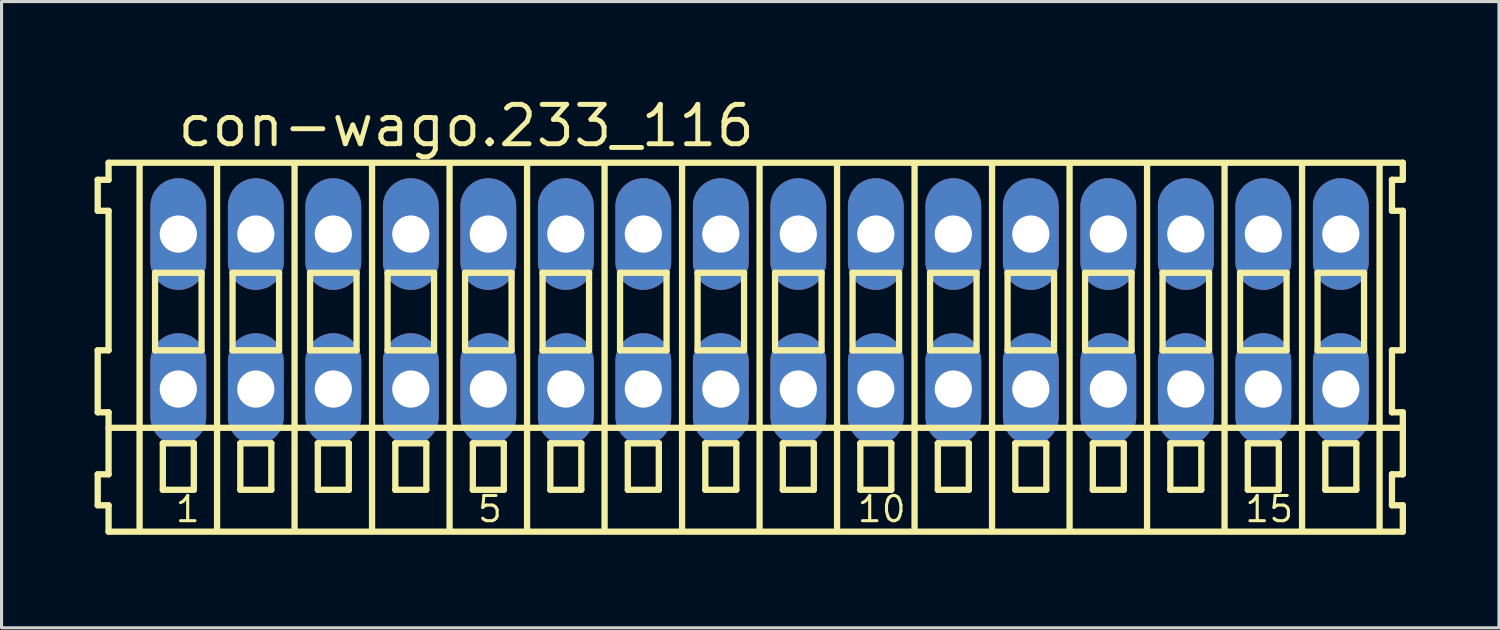
<source format=kicad_pcb>
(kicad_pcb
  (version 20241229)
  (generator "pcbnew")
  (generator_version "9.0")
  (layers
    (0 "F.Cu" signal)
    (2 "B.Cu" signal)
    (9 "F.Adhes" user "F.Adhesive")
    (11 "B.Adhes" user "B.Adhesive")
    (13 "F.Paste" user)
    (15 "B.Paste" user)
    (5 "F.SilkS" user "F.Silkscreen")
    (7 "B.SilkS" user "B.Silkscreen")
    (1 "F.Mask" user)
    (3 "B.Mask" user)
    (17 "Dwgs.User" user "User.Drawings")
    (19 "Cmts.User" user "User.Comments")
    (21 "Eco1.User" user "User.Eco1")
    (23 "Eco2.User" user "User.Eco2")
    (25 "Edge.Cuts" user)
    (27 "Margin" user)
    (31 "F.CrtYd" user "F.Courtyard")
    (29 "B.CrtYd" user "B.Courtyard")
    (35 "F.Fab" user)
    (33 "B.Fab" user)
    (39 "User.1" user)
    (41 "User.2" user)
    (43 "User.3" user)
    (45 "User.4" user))
  (footprint "con-wago.233_116"
    (layer "F.Cu")
    (at 21.452 7)
    (property "Reference" "con-wago.233_116" (at -18.85 -5.25 0) (layer "F.SilkS") (effects (font (size 1.27 1.27) (thickness 0.16)) (justify left bottom)))
    (attr through_hole)
    (fp_line (start -21.35 -4.25) (end -21.35 -3.25) (stroke (width 0.203) (type default)) (layer "F.SilkS"))
    (fp_line (start -21.35 -3.25) (end -21 -3.25) (stroke (width 0.203) (type default)) (layer "F.SilkS"))
    (fp_line (start -21.35 1.25) (end -21.35 3.25) (stroke (width 0.203) (type default)) (layer "F.SilkS"))
    (fp_line (start -21.35 3.25) (end -21 3.25) (stroke (width 0.203) (type default)) (layer "F.SilkS"))
    (fp_line (start -21.35 5.25) (end -21.35 6.25) (stroke (width 0.203) (type default)) (layer "F.SilkS"))
    (fp_line (start -21.35 6.25) (end -21 6.25) (stroke (width 0.203) (type default)) (layer "F.SilkS"))
    (fp_line (start -21 -4.8) (end -21 -4.25) (stroke (width 0.203) (type default)) (layer "F.SilkS"))
    (fp_line (start -21 -4.25) (end -21.35 -4.25) (stroke (width 0.203) (type default)) (layer "F.SilkS"))
    (fp_line (start -21 -3.25) (end -21 1.25) (stroke (width 0.203) (type default)) (layer "F.SilkS"))
    (fp_line (start -21 1.25) (end -21.35 1.25) (stroke (width 0.203) (type default)) (layer "F.SilkS"))
    (fp_line (start -21 3.25) (end -21 5.25) (stroke (width 0.203) (type default)) (layer "F.SilkS"))
    (fp_line (start -21 3.75) (end 20.75 3.75) (stroke (width 0.203) (type default)) (layer "F.SilkS"))
    (fp_line (start -21 5.25) (end -21.35 5.25) (stroke (width 0.203) (type default)) (layer "F.SilkS"))
    (fp_line (start -21 6.25) (end -21 7.1) (stroke (width 0.203) (type default)) (layer "F.SilkS"))
    (fp_line (start -21 7.1) (end 20.75 7.1) (stroke (width 0.203) (type default)) (layer "F.SilkS"))
    (fp_line (start -20 -4.75) (end -20 7) (stroke (width 0.203) (type default)) (layer "F.SilkS"))
    (fp_line (start -19.5 -1.25) (end -19.5 1.25) (stroke (width 0.203) (type default)) (layer "F.SilkS"))
    (fp_line (start -19.5 1.25) (end -18 1.25) (stroke (width 0.203) (type default)) (layer "F.SilkS"))
    (fp_line (start -19.25 4.25) (end -19.25 5.75) (stroke (width 0.203) (type default)) (layer "F.SilkS"))
    (fp_line (start -19.25 5.75) (end -18.25 5.75) (stroke (width 0.203) (type default)) (layer "F.SilkS"))
    (fp_line (start -18.25 4.25) (end -19.25 4.25) (stroke (width 0.203) (type default)) (layer "F.SilkS"))
    (fp_line (start -18.25 5.75) (end -18.25 4.25) (stroke (width 0.203) (type default)) (layer "F.SilkS"))
    (fp_line (start -18 -1.25) (end -19.5 -1.25) (stroke (width 0.203) (type default)) (layer "F.SilkS"))
    (fp_line (start -18 1.25) (end -18 -1.25) (stroke (width 0.203) (type default)) (layer "F.SilkS"))
    (fp_line (start -17.5 -4.75) (end -17.5 7) (stroke (width 0.203) (type default)) (layer "F.SilkS"))
    (fp_line (start -17 -1.25) (end -17 1.25) (stroke (width 0.203) (type default)) (layer "F.SilkS"))
    (fp_line (start -17 1.25) (end -15.5 1.25) (stroke (width 0.203) (type default)) (layer "F.SilkS"))
    (fp_line (start -16.75 4.25) (end -16.75 5.75) (stroke (width 0.203) (type default)) (layer "F.SilkS"))
    (fp_line (start -16.75 5.75) (end -15.75 5.75) (stroke (width 0.203) (type default)) (layer "F.SilkS"))
    (fp_line (start -15.75 4.25) (end -16.75 4.25) (stroke (width 0.203) (type default)) (layer "F.SilkS"))
    (fp_line (start -15.75 5.75) (end -15.75 4.25) (stroke (width 0.203) (type default)) (layer "F.SilkS"))
    (fp_line (start -15.5 -1.25) (end -17 -1.25) (stroke (width 0.203) (type default)) (layer "F.SilkS"))
    (fp_line (start -15.5 1.25) (end -15.5 -1.25) (stroke (width 0.203) (type default)) (layer "F.SilkS"))
    (fp_line (start -15 -4.75) (end -15 7) (stroke (width 0.203) (type default)) (layer "F.SilkS"))
    (fp_line (start -14.5 -1.25) (end -14.5 1.25) (stroke (width 0.203) (type default)) (layer "F.SilkS"))
    (fp_line (start -14.5 1.25) (end -13 1.25) (stroke (width 0.203) (type default)) (layer "F.SilkS"))
    (fp_line (start -14.25 4.25) (end -14.25 5.75) (stroke (width 0.203) (type default)) (layer "F.SilkS"))
    (fp_line (start -14.25 5.75) (end -13.25 5.75) (stroke (width 0.203) (type default)) (layer "F.SilkS"))
    (fp_line (start -13.25 4.25) (end -14.25 4.25) (stroke (width 0.203) (type default)) (layer "F.SilkS"))
    (fp_line (start -13.25 5.75) (end -13.25 4.25) (stroke (width 0.203) (type default)) (layer "F.SilkS"))
    (fp_line (start -13 -1.25) (end -14.5 -1.25) (stroke (width 0.203) (type default)) (layer "F.SilkS"))
    (fp_line (start -13 1.25) (end -13 -1.25) (stroke (width 0.203) (type default)) (layer "F.SilkS"))
    (fp_line (start -12.5 -4.75) (end -12.5 7) (stroke (width 0.203) (type default)) (layer "F.SilkS"))
    (fp_line (start -12 -1.25) (end -12 1.25) (stroke (width 0.203) (type default)) (layer "F.SilkS"))
    (fp_line (start -12 1.25) (end -10.5 1.25) (stroke (width 0.203) (type default)) (layer "F.SilkS"))
    (fp_line (start -11.75 4.25) (end -11.75 5.75) (stroke (width 0.203) (type default)) (layer "F.SilkS"))
    (fp_line (start -11.75 5.75) (end -10.75 5.75) (stroke (width 0.203) (type default)) (layer "F.SilkS"))
    (fp_line (start -10.75 4.25) (end -11.75 4.25) (stroke (width 0.203) (type default)) (layer "F.SilkS"))
    (fp_line (start -10.75 5.75) (end -10.75 4.25) (stroke (width 0.203) (type default)) (layer "F.SilkS"))
    (fp_line (start -10.5 -1.25) (end -12 -1.25) (stroke (width 0.203) (type default)) (layer "F.SilkS"))
    (fp_line (start -10.5 1.25) (end -10.5 -1.25) (stroke (width 0.203) (type default)) (layer "F.SilkS"))
    (fp_line (start -10 -4.75) (end -10 7) (stroke (width 0.203) (type default)) (layer "F.SilkS"))
    (fp_line (start -9.5 -1.25) (end -9.5 1.25) (stroke (width 0.203) (type default)) (layer "F.SilkS"))
    (fp_line (start -9.5 1.25) (end -8 1.25) (stroke (width 0.203) (type default)) (layer "F.SilkS"))
    (fp_line (start -9.25 4.25) (end -9.25 5.75) (stroke (width 0.203) (type default)) (layer "F.SilkS"))
    (fp_line (start -9.25 5.75) (end -8.25 5.75) (stroke (width 0.203) (type default)) (layer "F.SilkS"))
    (fp_line (start -8.25 4.25) (end -9.25 4.25) (stroke (width 0.203) (type default)) (layer "F.SilkS"))
    (fp_line (start -8.25 5.75) (end -8.25 4.25) (stroke (width 0.203) (type default)) (layer "F.SilkS"))
    (fp_line (start -8 -1.25) (end -9.5 -1.25) (stroke (width 0.203) (type default)) (layer "F.SilkS"))
    (fp_line (start -8 1.25) (end -8 -1.25) (stroke (width 0.203) (type default)) (layer "F.SilkS"))
    (fp_line (start -7.5 -4.75) (end -7.5 7) (stroke (width 0.203) (type default)) (layer "F.SilkS"))
    (fp_line (start -7 -1.25) (end -7 1.25) (stroke (width 0.203) (type default)) (layer "F.SilkS"))
    (fp_line (start -7 1.25) (end -5.5 1.25) (stroke (width 0.203) (type default)) (layer "F.SilkS"))
    (fp_line (start -6.75 4.25) (end -6.75 5.75) (stroke (width 0.203) (type default)) (layer "F.SilkS"))
    (fp_line (start -6.75 5.75) (end -5.75 5.75) (stroke (width 0.203) (type default)) (layer "F.SilkS"))
    (fp_line (start -5.75 4.25) (end -6.75 4.25) (stroke (width 0.203) (type default)) (layer "F.SilkS"))
    (fp_line (start -5.75 5.75) (end -5.75 4.25) (stroke (width 0.203) (type default)) (layer "F.SilkS"))
    (fp_line (start -5.5 -1.25) (end -7 -1.25) (stroke (width 0.203) (type default)) (layer "F.SilkS"))
    (fp_line (start -5.5 1.25) (end -5.5 -1.25) (stroke (width 0.203) (type default)) (layer "F.SilkS"))
    (fp_line (start -5 -4.75) (end -5 7) (stroke (width 0.203) (type default)) (layer "F.SilkS"))
    (fp_line (start -4.5 -1.25) (end -4.5 1.25) (stroke (width 0.203) (type default)) (layer "F.SilkS"))
    (fp_line (start -4.5 1.25) (end -3 1.25) (stroke (width 0.203) (type default)) (layer "F.SilkS"))
    (fp_line (start -4.25 4.25) (end -4.25 5.75) (stroke (width 0.203) (type default)) (layer "F.SilkS"))
    (fp_line (start -4.25 5.75) (end -3.25 5.75) (stroke (width 0.203) (type default)) (layer "F.SilkS"))
    (fp_line (start -3.25 4.25) (end -4.25 4.25) (stroke (width 0.203) (type default)) (layer "F.SilkS"))
    (fp_line (start -3.25 5.75) (end -3.25 4.25) (stroke (width 0.203) (type default)) (layer "F.SilkS"))
    (fp_line (start -3 -1.25) (end -4.5 -1.25) (stroke (width 0.203) (type default)) (layer "F.SilkS"))
    (fp_line (start -3 1.25) (end -3 -1.25) (stroke (width 0.203) (type default)) (layer "F.SilkS"))
    (fp_line (start -2.5 -4.75) (end -2.5 7) (stroke (width 0.203) (type default)) (layer "F.SilkS"))
    (fp_line (start -2 -1.25) (end -2 1.25) (stroke (width 0.203) (type default)) (layer "F.SilkS"))
    (fp_line (start -2 1.25) (end -0.5 1.25) (stroke (width 0.203) (type default)) (layer "F.SilkS"))
    (fp_line (start -1.75 4.25) (end -1.75 5.75) (stroke (width 0.203) (type default)) (layer "F.SilkS"))
    (fp_line (start -1.75 5.75) (end -0.75 5.75) (stroke (width 0.203) (type default)) (layer "F.SilkS"))
    (fp_line (start -0.75 4.25) (end -1.75 4.25) (stroke (width 0.203) (type default)) (layer "F.SilkS"))
    (fp_line (start -0.75 5.75) (end -0.75 4.25) (stroke (width 0.203) (type default)) (layer "F.SilkS"))
    (fp_line (start -0.5 -1.25) (end -2 -1.25) (stroke (width 0.203) (type default)) (layer "F.SilkS"))
    (fp_line (start -0.5 1.25) (end -0.5 -1.25) (stroke (width 0.203) (type default)) (layer "F.SilkS"))
    (fp_line (start 0 -4.75) (end 0 7) (stroke (width 0.203) (type default)) (layer "F.SilkS"))
    (fp_line (start 0.5 -1.25) (end 0.5 1.25) (stroke (width 0.203) (type default)) (layer "F.SilkS"))
    (fp_line (start 0.5 1.25) (end 2 1.25) (stroke (width 0.203) (type default)) (layer "F.SilkS"))
    (fp_line (start 0.75 4.25) (end 0.75 5.75) (stroke (width 0.203) (type default)) (layer "F.SilkS"))
    (fp_line (start 0.75 5.75) (end 1.75 5.75) (stroke (width 0.203) (type default)) (layer "F.SilkS"))
    (fp_line (start 1.75 4.25) (end 0.75 4.25) (stroke (width 0.203) (type default)) (layer "F.SilkS"))
    (fp_line (start 1.75 5.75) (end 1.75 4.25) (stroke (width 0.203) (type default)) (layer "F.SilkS"))
    (fp_line (start 2 -1.25) (end 0.5 -1.25) (stroke (width 0.203) (type default)) (layer "F.SilkS"))
    (fp_line (start 2 1.25) (end 2 -1.25) (stroke (width 0.203) (type default)) (layer "F.SilkS"))
    (fp_line (start 2.5 -4.75) (end 2.5 7) (stroke (width 0.203) (type default)) (layer "F.SilkS"))
    (fp_line (start 3 -1.25) (end 3 1.25) (stroke (width 0.203) (type default)) (layer "F.SilkS"))
    (fp_line (start 3 1.25) (end 4.5 1.25) (stroke (width 0.203) (type default)) (layer "F.SilkS"))
    (fp_line (start 3.25 4.25) (end 3.25 5.75) (stroke (width 0.203) (type default)) (layer "F.SilkS"))
    (fp_line (start 3.25 5.75) (end 4.25 5.75) (stroke (width 0.203) (type default)) (layer "F.SilkS"))
    (fp_line (start 4.25 4.25) (end 3.25 4.25) (stroke (width 0.203) (type default)) (layer "F.SilkS"))
    (fp_line (start 4.25 5.75) (end 4.25 4.25) (stroke (width 0.203) (type default)) (layer "F.SilkS"))
    (fp_line (start 4.5 -1.25) (end 3 -1.25) (stroke (width 0.203) (type default)) (layer "F.SilkS"))
    (fp_line (start 4.5 1.25) (end 4.5 -1.25) (stroke (width 0.203) (type default)) (layer "F.SilkS"))
    (fp_line (start 5 -4.75) (end 5 7) (stroke (width 0.203) (type default)) (layer "F.SilkS"))
    (fp_line (start 5.5 -1.25) (end 5.5 1.25) (stroke (width 0.203) (type default)) (layer "F.SilkS"))
    (fp_line (start 5.5 1.25) (end 7 1.25) (stroke (width 0.203) (type default)) (layer "F.SilkS"))
    (fp_line (start 5.75 4.25) (end 5.75 5.75) (stroke (width 0.203) (type default)) (layer "F.SilkS"))
    (fp_line (start 5.75 5.75) (end 6.75 5.75) (stroke (width 0.203) (type default)) (layer "F.SilkS"))
    (fp_line (start 6.75 4.25) (end 5.75 4.25) (stroke (width 0.203) (type default)) (layer "F.SilkS"))
    (fp_line (start 6.75 5.75) (end 6.75 4.25) (stroke (width 0.203) (type default)) (layer "F.SilkS"))
    (fp_line (start 7 -1.25) (end 5.5 -1.25) (stroke (width 0.203) (type default)) (layer "F.SilkS"))
    (fp_line (start 7 1.25) (end 7 -1.25) (stroke (width 0.203) (type default)) (layer "F.SilkS"))
    (fp_line (start 7.5 -4.75) (end 7.5 7) (stroke (width 0.203) (type default)) (layer "F.SilkS"))
    (fp_line (start 8 -1.25) (end 8 1.25) (stroke (width 0.203) (type default)) (layer "F.SilkS"))
    (fp_line (start 8 1.25) (end 9.5 1.25) (stroke (width 0.203) (type default)) (layer "F.SilkS"))
    (fp_line (start 8.25 4.25) (end 8.25 5.75) (stroke (width 0.203) (type default)) (layer "F.SilkS"))
    (fp_line (start 8.25 5.75) (end 9.25 5.75) (stroke (width 0.203) (type default)) (layer "F.SilkS"))
    (fp_line (start 9.25 4.25) (end 8.25 4.25) (stroke (width 0.203) (type default)) (layer "F.SilkS"))
    (fp_line (start 9.25 5.75) (end 9.25 4.25) (stroke (width 0.203) (type default)) (layer "F.SilkS"))
    (fp_line (start 9.5 -1.25) (end 8 -1.25) (stroke (width 0.203) (type default)) (layer "F.SilkS"))
    (fp_line (start 9.5 1.25) (end 9.5 -1.25) (stroke (width 0.203) (type default)) (layer "F.SilkS"))
    (fp_line (start 10 -4.75) (end 10 7) (stroke (width 0.203) (type default)) (layer "F.SilkS"))
    (fp_line (start 10.5 -1.25) (end 10.5 1.25) (stroke (width 0.203) (type default)) (layer "F.SilkS"))
    (fp_line (start 10.5 1.25) (end 12 1.25) (stroke (width 0.203) (type default)) (layer "F.SilkS"))
    (fp_line (start 10.75 4.25) (end 10.75 5.75) (stroke (width 0.203) (type default)) (layer "F.SilkS"))
    (fp_line (start 10.75 5.75) (end 11.75 5.75) (stroke (width 0.203) (type default)) (layer "F.SilkS"))
    (fp_line (start 11.75 4.25) (end 10.75 4.25) (stroke (width 0.203) (type default)) (layer "F.SilkS"))
    (fp_line (start 11.75 5.75) (end 11.75 4.25) (stroke (width 0.203) (type default)) (layer "F.SilkS"))
    (fp_line (start 12 -1.25) (end 10.5 -1.25) (stroke (width 0.203) (type default)) (layer "F.SilkS"))
    (fp_line (start 12 1.25) (end 12 -1.25) (stroke (width 0.203) (type default)) (layer "F.SilkS"))
    (fp_line (start 12.5 -4.75) (end 12.5 7) (stroke (width 0.203) (type default)) (layer "F.SilkS"))
    (fp_line (start 13 -1.25) (end 13 1.25) (stroke (width 0.203) (type default)) (layer "F.SilkS"))
    (fp_line (start 13 1.25) (end 14.5 1.25) (stroke (width 0.203) (type default)) (layer "F.SilkS"))
    (fp_line (start 13.25 4.25) (end 13.25 5.75) (stroke (width 0.203) (type default)) (layer "F.SilkS"))
    (fp_line (start 13.25 5.75) (end 14.25 5.75) (stroke (width 0.203) (type default)) (layer "F.SilkS"))
    (fp_line (start 14.25 4.25) (end 13.25 4.25) (stroke (width 0.203) (type default)) (layer "F.SilkS"))
    (fp_line (start 14.25 5.75) (end 14.25 4.25) (stroke (width 0.203) (type default)) (layer "F.SilkS"))
    (fp_line (start 14.5 -1.25) (end 13 -1.25) (stroke (width 0.203) (type default)) (layer "F.SilkS"))
    (fp_line (start 14.5 1.25) (end 14.5 -1.25) (stroke (width 0.203) (type default)) (layer "F.SilkS"))
    (fp_line (start 15 -4.75) (end 15 7) (stroke (width 0.203) (type default)) (layer "F.SilkS"))
    (fp_line (start 15.5 -1.25) (end 15.5 1.25) (stroke (width 0.203) (type default)) (layer "F.SilkS"))
    (fp_line (start 15.5 1.25) (end 17 1.25) (stroke (width 0.203) (type default)) (layer "F.SilkS"))
    (fp_line (start 15.75 4.25) (end 15.75 5.75) (stroke (width 0.203) (type default)) (layer "F.SilkS"))
    (fp_line (start 15.75 5.75) (end 16.75 5.75) (stroke (width 0.203) (type default)) (layer "F.SilkS"))
    (fp_line (start 16.75 4.25) (end 15.75 4.25) (stroke (width 0.203) (type default)) (layer "F.SilkS"))
    (fp_line (start 16.75 5.75) (end 16.75 4.25) (stroke (width 0.203) (type default)) (layer "F.SilkS"))
    (fp_line (start 17 -1.25) (end 15.5 -1.25) (stroke (width 0.203) (type default)) (layer "F.SilkS"))
    (fp_line (start 17 1.25) (end 17 -1.25) (stroke (width 0.203) (type default)) (layer "F.SilkS"))
    (fp_line (start 17.5 -4.75) (end 17.5 7) (stroke (width 0.203) (type default)) (layer "F.SilkS"))
    (fp_line (start 18 -1.25) (end 18 1.25) (stroke (width 0.203) (type default)) (layer "F.SilkS"))
    (fp_line (start 18 1.25) (end 19.5 1.25) (stroke (width 0.203) (type default)) (layer "F.SilkS"))
    (fp_line (start 18.25 4.25) (end 18.25 5.75) (stroke (width 0.203) (type default)) (layer "F.SilkS"))
    (fp_line (start 18.25 5.75) (end 19.25 5.75) (stroke (width 0.203) (type default)) (layer "F.SilkS"))
    (fp_line (start 19.25 4.25) (end 18.25 4.25) (stroke (width 0.203) (type default)) (layer "F.SilkS"))
    (fp_line (start 19.25 5.75) (end 19.25 4.25) (stroke (width 0.203) (type default)) (layer "F.SilkS"))
    (fp_line (start 19.5 -1.25) (end 18 -1.25) (stroke (width 0.203) (type default)) (layer "F.SilkS"))
    (fp_line (start 19.5 1.25) (end 19.5 -1.25) (stroke (width 0.203) (type default)) (layer "F.SilkS"))
    (fp_line (start 20 -4.75) (end 20 7) (stroke (width 0.203) (type default)) (layer "F.SilkS"))
    (fp_line (start 20.4 -4.25) (end 20.4 -3.25) (stroke (width 0.203) (type default)) (layer "F.SilkS"))
    (fp_line (start 20.4 -3.25) (end 20.75 -3.25) (stroke (width 0.203) (type default)) (layer "F.SilkS"))
    (fp_line (start 20.4 1.25) (end 20.4 3.25) (stroke (width 0.203) (type default)) (layer "F.SilkS"))
    (fp_line (start 20.4 3.25) (end 20.75 3.25) (stroke (width 0.203) (type default)) (layer "F.SilkS"))
    (fp_line (start 20.4 5.25) (end 20.4 6.25) (stroke (width 0.203) (type default)) (layer "F.SilkS"))
    (fp_line (start 20.4 6.25) (end 20.75 6.25) (stroke (width 0.203) (type default)) (layer "F.SilkS"))
    (fp_line (start 20.75 -4.8) (end -21 -4.8) (stroke (width 0.203) (type default)) (layer "F.SilkS"))
    (fp_line (start 20.75 -4.25) (end 20.4 -4.25) (stroke (width 0.203) (type default)) (layer "F.SilkS"))
    (fp_line (start 20.75 -4.25) (end 20.75 -4.8) (stroke (width 0.203) (type default)) (layer "F.SilkS"))
    (fp_line (start 20.75 1.25) (end 20.4 1.25) (stroke (width 0.203) (type default)) (layer "F.SilkS"))
    (fp_line (start 20.75 1.25) (end 20.75 -3.25) (stroke (width 0.203) (type default)) (layer "F.SilkS"))
    (fp_line (start 20.75 3.75) (end 20.75 3.25) (stroke (width 0.203) (type default)) (layer "F.SilkS"))
    (fp_line (start 20.75 5.25) (end 20.4 5.25) (stroke (width 0.203) (type default)) (layer "F.SilkS"))
    (fp_line (start 20.75 5.25) (end 20.75 3.75) (stroke (width 0.203) (type default)) (layer "F.SilkS"))
    (fp_line (start 20.75 7.1) (end 20.75 6.25) (stroke (width 0.203) (type default)) (layer "F.SilkS"))
    (fp_text user "10" (at 3.1 6.85 0) (layer "F.SilkS") (effects (font (size 0.813 0.813) (thickness 0.1)) (justify left bottom)))
    (fp_text user "15" (at 15.6 6.85 0) (layer "F.SilkS") (effects (font (size 0.813 0.813) (thickness 0.1)) (justify left bottom)))
    (fp_text user "1" (at -18.9 6.85 0) (layer "F.SilkS") (effects (font (size 0.813 0.813) (thickness 0.1)) (justify left bottom)))
    (fp_text user "5" (at -9.15 6.85 0) (layer "F.SilkS") (effects (font (size 0.813 0.813) (thickness 0.1)) (justify left bottom)))
    (pad "A1" thru_hole oval (at -18.75 -2.5 90) (size 3.6 1.8) (drill 1.2) (layers "*.Cu" "*.Mask"))
    (pad "A2" thru_hole oval (at -16.25 -2.5 90) (size 3.6 1.8) (drill 1.2) (layers "*.Cu" "*.Mask"))
    (pad "A3" thru_hole oval (at -13.75 -2.5 90) (size 3.6 1.8) (drill 1.2) (layers "*.Cu" "*.Mask"))
    (pad "A4" thru_hole oval (at -11.25 -2.5 90) (size 3.6 1.8) (drill 1.2) (layers "*.Cu" "*.Mask"))
    (pad "A5" thru_hole oval (at -8.75 -2.5 90) (size 3.6 1.8) (drill 1.2) (layers "*.Cu" "*.Mask"))
    (pad "A6" thru_hole oval (at -6.25 -2.5 90) (size 3.6 1.8) (drill 1.2) (layers "*.Cu" "*.Mask"))
    (pad "A7" thru_hole oval (at -3.75 -2.5 90) (size 3.6 1.8) (drill 1.2) (layers "*.Cu" "*.Mask"))
    (pad "A8" thru_hole oval (at -1.25 -2.5 90) (size 3.6 1.8) (drill 1.2) (layers "*.Cu" "*.Mask"))
    (pad "A9" thru_hole oval (at 1.25 -2.5 90) (size 3.6 1.8) (drill 1.2) (layers "*.Cu" "*.Mask"))
    (pad "A10" thru_hole oval (at 3.75 -2.5 90) (size 3.6 1.8) (drill 1.2) (layers "*.Cu" "*.Mask"))
    (pad "A11" thru_hole oval (at 6.25 -2.5 90) (size 3.6 1.8) (drill 1.2) (layers "*.Cu" "*.Mask"))
    (pad "A12" thru_hole oval (at 8.75 -2.5 90) (size 3.6 1.8) (drill 1.2) (layers "*.Cu" "*.Mask"))
    (pad "A13" thru_hole oval (at 11.25 -2.5 90) (size 3.6 1.8) (drill 1.2) (layers "*.Cu" "*.Mask"))
    (pad "A14" thru_hole oval (at 13.75 -2.5 90) (size 3.6 1.8) (drill 1.2) (layers "*.Cu" "*.Mask"))
    (pad "A15" thru_hole oval (at 16.25 -2.5 90) (size 3.6 1.8) (drill 1.2) (layers "*.Cu" "*.Mask"))
    (pad "A16" thru_hole oval (at 18.75 -2.5 90) (size 3.6 1.8) (drill 1.2) (layers "*.Cu" "*.Mask"))
    (pad "B1" thru_hole oval (at -18.75 2.5 90) (size 3.6 1.8) (drill 1.2) (layers "*.Cu" "*.Mask"))
    (pad "B2" thru_hole oval (at -16.25 2.5 90) (size 3.6 1.8) (drill 1.2) (layers "*.Cu" "*.Mask"))
    (pad "B3" thru_hole oval (at -13.75 2.5 90) (size 3.6 1.8) (drill 1.2) (layers "*.Cu" "*.Mask"))
    (pad "B4" thru_hole oval (at -11.25 2.5 90) (size 3.6 1.8) (drill 1.2) (layers "*.Cu" "*.Mask"))
    (pad "B5" thru_hole oval (at -8.75 2.5 90) (size 3.6 1.8) (drill 1.2) (layers "*.Cu" "*.Mask"))
    (pad "B6" thru_hole oval (at -6.25 2.5 90) (size 3.6 1.8) (drill 1.2) (layers "*.Cu" "*.Mask"))
    (pad "B7" thru_hole oval (at -3.75 2.5 90) (size 3.6 1.8) (drill 1.2) (layers "*.Cu" "*.Mask"))
    (pad "B8" thru_hole oval (at -1.25 2.5 90) (size 3.6 1.8) (drill 1.2) (layers "*.Cu" "*.Mask"))
    (pad "B9" thru_hole oval (at 1.25 2.5 90) (size 3.6 1.8) (drill 1.2) (layers "*.Cu" "*.Mask"))
    (pad "B10" thru_hole oval (at 3.75 2.5 90) (size 3.6 1.8) (drill 1.2) (layers "*.Cu" "*.Mask"))
    (pad "B11" thru_hole oval (at 6.25 2.5 90) (size 3.6 1.8) (drill 1.2) (layers "*.Cu" "*.Mask"))
    (pad "B12" thru_hole oval (at 8.75 2.5 90) (size 3.6 1.8) (drill 1.2) (layers "*.Cu" "*.Mask"))
    (pad "B13" thru_hole oval (at 11.25 2.5 90) (size 3.6 1.8) (drill 1.2) (layers "*.Cu" "*.Mask"))
    (pad "B14" thru_hole oval (at 13.75 2.5 90) (size 3.6 1.8) (drill 1.2) (layers "*.Cu" "*.Mask"))
    (pad "B15" thru_hole oval (at 16.25 2.5 90) (size 3.6 1.8) (drill 1.2) (layers "*.Cu" "*.Mask"))
    (pad "B16" thru_hole oval (at 18.75 2.5 90) (size 3.6 1.8) (drill 1.2) (layers "*.Cu" "*.Mask")))
  (gr_rect
    (start -3 -3)
    (end 45.303 17.202)
    (stroke (width 0.1) (type default))
    (fill no)
    (layer "Edge.Cuts")))
</source>
